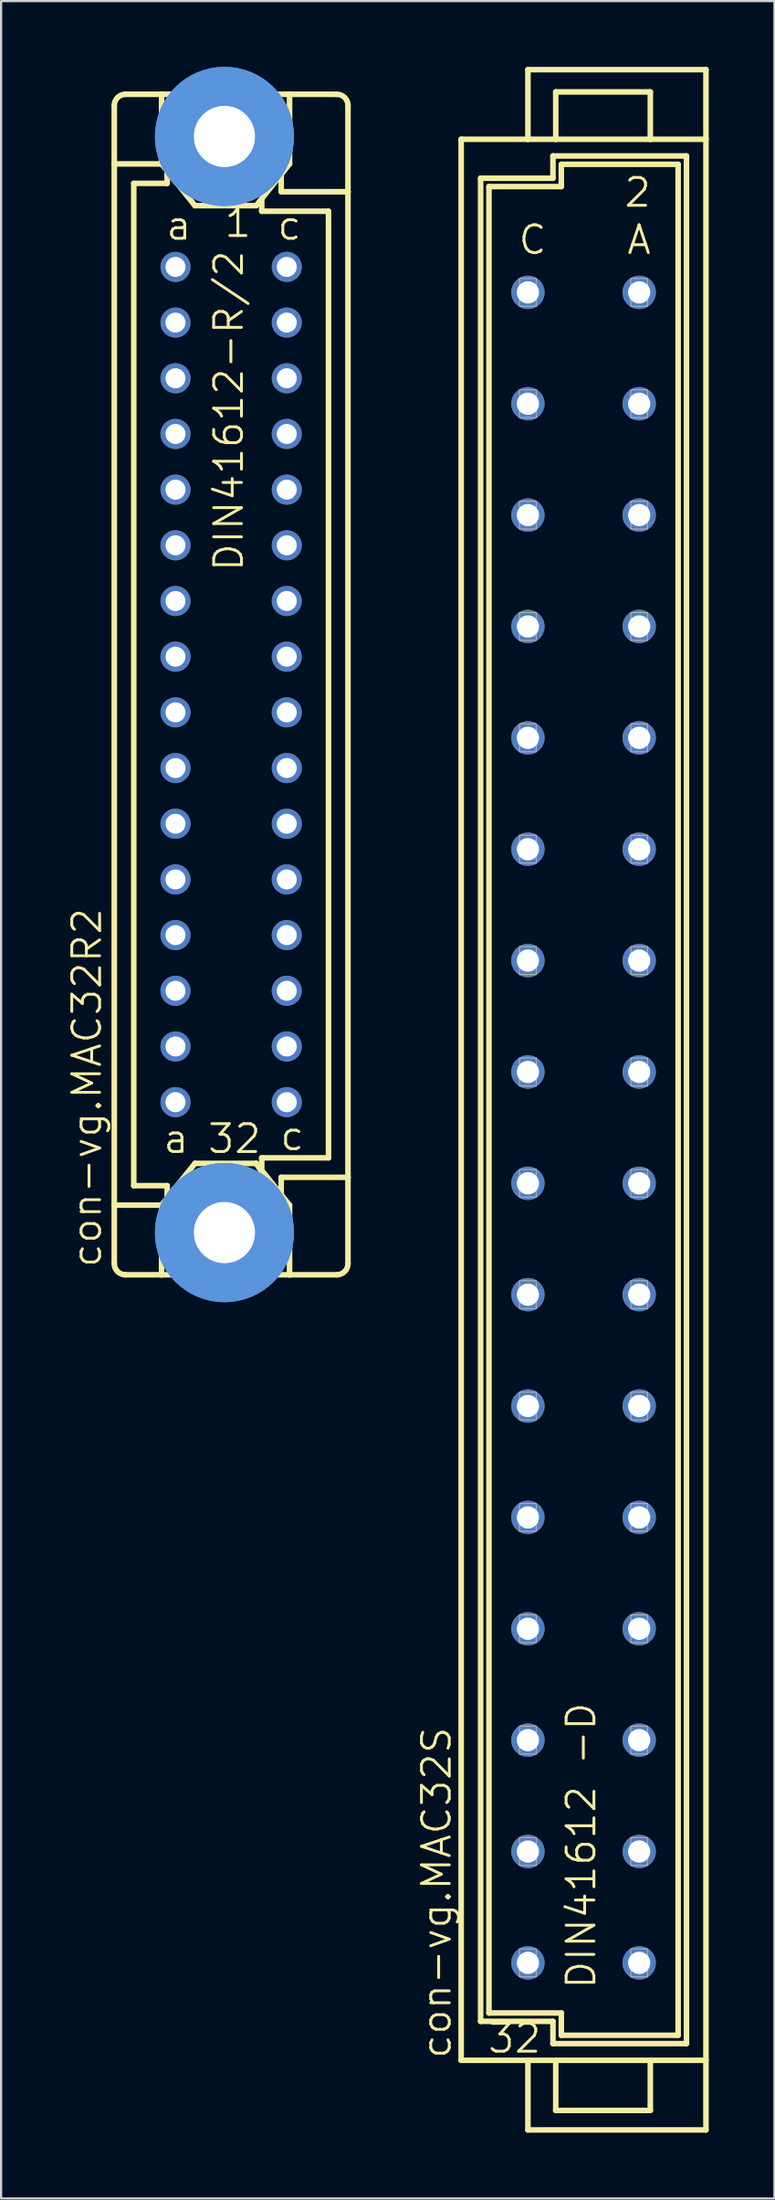
<source format=kicad_pcb>
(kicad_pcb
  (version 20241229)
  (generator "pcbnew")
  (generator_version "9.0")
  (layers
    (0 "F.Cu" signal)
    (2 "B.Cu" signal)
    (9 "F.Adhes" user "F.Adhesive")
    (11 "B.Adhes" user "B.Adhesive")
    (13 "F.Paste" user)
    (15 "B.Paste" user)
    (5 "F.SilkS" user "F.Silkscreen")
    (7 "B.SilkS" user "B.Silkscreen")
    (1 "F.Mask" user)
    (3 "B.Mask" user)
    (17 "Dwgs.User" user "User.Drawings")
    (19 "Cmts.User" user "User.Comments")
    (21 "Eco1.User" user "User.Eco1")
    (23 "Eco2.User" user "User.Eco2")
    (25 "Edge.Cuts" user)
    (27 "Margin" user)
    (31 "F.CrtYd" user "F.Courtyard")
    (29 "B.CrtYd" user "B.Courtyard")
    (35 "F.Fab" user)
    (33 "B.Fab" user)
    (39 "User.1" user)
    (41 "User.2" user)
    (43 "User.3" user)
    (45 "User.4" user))
  (footprint "con-vg.MAC32S"
    (layer "F.Cu")
    (at 23.592 47.117)
    (property "Reference" "con-vg.MAC32S" (at -5.969 43.815 90) (layer "F.SilkS") (effects (font (size 1.27 1.27) (thickness 0.13)) (justify left bottom)))
    (attr through_hole)
    (fp_line (start -5.588 -43.815) (end -2.54 -43.815) (stroke (width 0.254) (type default)) (layer "F.SilkS"))
    (fp_line (start -5.588 43.815) (end -5.588 -43.815) (stroke (width 0.254) (type default)) (layer "F.SilkS"))
    (fp_line (start -5.588 43.815) (end -2.54 43.815) (stroke (width 0.254) (type default)) (layer "F.SilkS"))
    (fp_line (start -4.699 -42.037) (end -4.699 42.037) (stroke (width 0.254) (type default)) (layer "F.SilkS"))
    (fp_line (start -4.699 42.037) (end -1.397 42.037) (stroke (width 0.254) (type default)) (layer "F.SilkS"))
    (fp_line (start -4.318 -41.656) (end -4.318 41.656) (stroke (width 0.254) (type default)) (layer "F.SilkS"))
    (fp_line (start -4.318 -41.656) (end -1.016 -41.656) (stroke (width 0.254) (type default)) (layer "F.SilkS"))
    (fp_line (start -4.318 41.656) (end -1.016 41.656) (stroke (width 0.254) (type default)) (layer "F.SilkS"))
    (fp_line (start -2.54 -46.99) (end -2.54 -43.815) (stroke (width 0.254) (type default)) (layer "F.SilkS"))
    (fp_line (start -2.54 -43.815) (end -1.27 -43.815) (stroke (width 0.254) (type default)) (layer "F.SilkS"))
    (fp_line (start -2.54 43.815) (end -2.54 46.99) (stroke (width 0.254) (type default)) (layer "F.SilkS"))
    (fp_line (start -2.54 43.815) (end -1.27 43.815) (stroke (width 0.254) (type default)) (layer "F.SilkS"))
    (fp_line (start -2.54 46.99) (end 5.588 46.99) (stroke (width 0.254) (type default)) (layer "F.SilkS"))
    (fp_line (start -1.397 -43.053) (end -1.397 -42.037) (stroke (width 0.254) (type default)) (layer "F.SilkS"))
    (fp_line (start -1.397 -42.037) (end -4.699 -42.037) (stroke (width 0.254) (type default)) (layer "F.SilkS"))
    (fp_line (start -1.397 42.037) (end -1.397 43.053) (stroke (width 0.254) (type default)) (layer "F.SilkS"))
    (fp_line (start -1.397 43.053) (end 4.699 43.053) (stroke (width 0.254) (type default)) (layer "F.SilkS"))
    (fp_line (start -1.27 -45.974) (end -1.27 -43.815) (stroke (width 0.254) (type default)) (layer "F.SilkS"))
    (fp_line (start -1.27 -45.974) (end 3.048 -45.974) (stroke (width 0.254) (type default)) (layer "F.SilkS"))
    (fp_line (start -1.27 -43.815) (end 3.048 -43.815) (stroke (width 0.254) (type default)) (layer "F.SilkS"))
    (fp_line (start -1.27 43.815) (end -1.27 46.101) (stroke (width 0.254) (type default)) (layer "F.SilkS"))
    (fp_line (start -1.27 43.815) (end 3.048 43.815) (stroke (width 0.254) (type default)) (layer "F.SilkS"))
    (fp_line (start -1.27 46.101) (end 3.048 46.101) (stroke (width 0.254) (type default)) (layer "F.SilkS"))
    (fp_line (start -1.016 -42.672) (end 4.318 -42.672) (stroke (width 0.254) (type default)) (layer "F.SilkS"))
    (fp_line (start -1.016 -41.656) (end -1.016 -42.672) (stroke (width 0.254) (type default)) (layer "F.SilkS"))
    (fp_line (start -1.016 41.656) (end -1.016 42.672) (stroke (width 0.254) (type default)) (layer "F.SilkS"))
    (fp_line (start -1.016 42.672) (end 4.318 42.672) (stroke (width 0.254) (type default)) (layer "F.SilkS"))
    (fp_line (start 3.048 -45.974) (end 3.048 -43.815) (stroke (width 0.254) (type default)) (layer "F.SilkS"))
    (fp_line (start 3.048 -43.815) (end 5.588 -43.815) (stroke (width 0.254) (type default)) (layer "F.SilkS"))
    (fp_line (start 3.048 43.815) (end 3.048 46.101) (stroke (width 0.254) (type default)) (layer "F.SilkS"))
    (fp_line (start 3.048 43.815) (end 5.588 43.815) (stroke (width 0.254) (type default)) (layer "F.SilkS"))
    (fp_line (start 4.318 -42.672) (end 4.318 42.672) (stroke (width 0.254) (type default)) (layer "F.SilkS"))
    (fp_line (start 4.699 -43.053) (end -1.397 -43.053) (stroke (width 0.254) (type default)) (layer "F.SilkS"))
    (fp_line (start 4.699 43.053) (end 4.699 -43.053) (stroke (width 0.254) (type default)) (layer "F.SilkS"))
    (fp_line (start 5.588 -46.99) (end -2.54 -46.99) (stroke (width 0.254) (type default)) (layer "F.SilkS"))
    (fp_line (start 5.588 -43.815) (end 5.588 -46.99) (stroke (width 0.254) (type default)) (layer "F.SilkS"))
    (fp_line (start 5.588 43.815) (end 5.588 -43.815) (stroke (width 0.254) (type default)) (layer "F.SilkS"))
    (fp_line (start 5.588 46.99) (end 5.588 43.815) (stroke (width 0.254) (type default)) (layer "F.SilkS"))
    (fp_rect (start -2.921 -36.195) (end -2.159 -37.465) (stroke (width 0.05) (type default)) (fill no) (layer "F.Fab"))
    (fp_rect (start -2.921 -31.115) (end -2.159 -32.385) (stroke (width 0.05) (type default)) (fill no) (layer "F.Fab"))
    (fp_rect (start -2.921 -26.035) (end -2.159 -27.305) (stroke (width 0.05) (type default)) (fill no) (layer "F.Fab"))
    (fp_rect (start -2.921 -20.955) (end -2.159 -22.225) (stroke (width 0.05) (type default)) (fill no) (layer "F.Fab"))
    (fp_rect (start -2.921 -15.875) (end -2.159 -17.145) (stroke (width 0.05) (type default)) (fill no) (layer "F.Fab"))
    (fp_rect (start -2.921 -10.795) (end -2.159 -12.065) (stroke (width 0.05) (type default)) (fill no) (layer "F.Fab"))
    (fp_rect (start -2.921 -5.715) (end -2.159 -6.985) (stroke (width 0.05) (type default)) (fill no) (layer "F.Fab"))
    (fp_rect (start -2.921 -0.635) (end -2.159 -1.905) (stroke (width 0.05) (type default)) (fill no) (layer "F.Fab"))
    (fp_rect (start -2.921 4.445) (end -2.159 3.175) (stroke (width 0.05) (type default)) (fill no) (layer "F.Fab"))
    (fp_rect (start -2.921 9.525) (end -2.159 8.255) (stroke (width 0.05) (type default)) (fill no) (layer "F.Fab"))
    (fp_rect (start -2.921 14.605) (end -2.159 13.335) (stroke (width 0.05) (type default)) (fill no) (layer "F.Fab"))
    (fp_rect (start -2.921 19.685) (end -2.159 18.415) (stroke (width 0.05) (type default)) (fill no) (layer "F.Fab"))
    (fp_rect (start -2.921 24.765) (end -2.159 23.495) (stroke (width 0.05) (type default)) (fill no) (layer "F.Fab"))
    (fp_rect (start -2.921 29.845) (end -2.159 28.575) (stroke (width 0.05) (type default)) (fill no) (layer "F.Fab"))
    (fp_rect (start -2.921 34.925) (end -2.159 33.655) (stroke (width 0.05) (type default)) (fill no) (layer "F.Fab"))
    (fp_rect (start -2.921 40.005) (end -2.159 38.735) (stroke (width 0.05) (type default)) (fill no) (layer "F.Fab"))
    (fp_rect (start 2.159 -36.195) (end 2.921 -37.465) (stroke (width 0.05) (type default)) (fill no) (layer "F.Fab"))
    (fp_rect (start 2.159 -31.115) (end 2.921 -32.385) (stroke (width 0.05) (type default)) (fill no) (layer "F.Fab"))
    (fp_rect (start 2.159 -26.035) (end 2.921 -27.305) (stroke (width 0.05) (type default)) (fill no) (layer "F.Fab"))
    (fp_rect (start 2.159 -20.955) (end 2.921 -22.225) (stroke (width 0.05) (type default)) (fill no) (layer "F.Fab"))
    (fp_rect (start 2.159 -15.875) (end 2.921 -17.145) (stroke (width 0.05) (type default)) (fill no) (layer "F.Fab"))
    (fp_rect (start 2.159 -10.795) (end 2.921 -12.065) (stroke (width 0.05) (type default)) (fill no) (layer "F.Fab"))
    (fp_rect (start 2.159 -5.715) (end 2.921 -6.985) (stroke (width 0.05) (type default)) (fill no) (layer "F.Fab"))
    (fp_rect (start 2.159 -0.635) (end 2.921 -1.905) (stroke (width 0.05) (type default)) (fill no) (layer "F.Fab"))
    (fp_rect (start 2.159 4.445) (end 2.921 3.175) (stroke (width 0.05) (type default)) (fill no) (layer "F.Fab"))
    (fp_rect (start 2.159 9.525) (end 2.921 8.255) (stroke (width 0.05) (type default)) (fill no) (layer "F.Fab"))
    (fp_rect (start 2.159 14.605) (end 2.921 13.335) (stroke (width 0.05) (type default)) (fill no) (layer "F.Fab"))
    (fp_rect (start 2.159 19.685) (end 2.921 18.415) (stroke (width 0.05) (type default)) (fill no) (layer "F.Fab"))
    (fp_rect (start 2.159 24.765) (end 2.921 23.495) (stroke (width 0.05) (type default)) (fill no) (layer "F.Fab"))
    (fp_rect (start 2.159 29.845) (end 2.921 28.575) (stroke (width 0.05) (type default)) (fill no) (layer "F.Fab"))
    (fp_rect (start 2.159 34.925) (end 2.921 33.655) (stroke (width 0.05) (type default)) (fill no) (layer "F.Fab"))
    (fp_rect (start 2.159 40.005) (end 2.921 38.735) (stroke (width 0.05) (type default)) (fill no) (layer "F.Fab"))
    (fp_text user "32" (at -4.445 43.561 0) (layer "F.SilkS") (effects (font (size 1.27 1.27) (thickness 0.13)) (justify left bottom)))
    (fp_text user "C" (at -3.048 -38.481 0) (layer "F.SilkS") (effects (font (size 1.27 1.27) (thickness 0.13)) (justify left bottom)))
    (fp_text user "2" (at 1.778 -40.64 0) (layer "F.SilkS") (effects (font (size 1.27 1.27) (thickness 0.13)) (justify left bottom)))
    (fp_text user "A" (at 1.905 -38.481 0) (layer "F.SilkS") (effects (font (size 1.27 1.27) (thickness 0.13)) (justify left bottom)))
    (fp_text user "DIN41612 -D" (at 0.635 40.64 90) (layer "F.SilkS") (effects (font (size 1.27 1.27) (thickness 0.13)) (justify left bottom)))
    (pad "A2" thru_hole circle (at 2.54 -36.83) (size 1.524 1.524) (drill 1.016) (layers "*.Cu" "*.Mask"))
    (pad "A4" thru_hole circle (at 2.54 -31.75) (size 1.524 1.524) (drill 1.016) (layers "*.Cu" "*.Mask"))
    (pad "A6" thru_hole circle (at 2.54 -26.67) (size 1.524 1.524) (drill 1.016) (layers "*.Cu" "*.Mask"))
    (pad "A8" thru_hole circle (at 2.54 -21.59) (size 1.524 1.524) (drill 1.016) (layers "*.Cu" "*.Mask"))
    (pad "A10" thru_hole circle (at 2.54 -16.51) (size 1.524 1.524) (drill 1.016) (layers "*.Cu" "*.Mask"))
    (pad "A12" thru_hole circle (at 2.54 -11.43) (size 1.524 1.524) (drill 1.016) (layers "*.Cu" "*.Mask"))
    (pad "A14" thru_hole circle (at 2.54 -6.35) (size 1.524 1.524) (drill 1.016) (layers "*.Cu" "*.Mask"))
    (pad "A16" thru_hole circle (at 2.54 -1.27) (size 1.524 1.524) (drill 1.016) (layers "*.Cu" "*.Mask"))
    (pad "A18" thru_hole circle (at 2.54 3.81) (size 1.524 1.524) (drill 1.016) (layers "*.Cu" "*.Mask"))
    (pad "A20" thru_hole circle (at 2.54 8.89) (size 1.524 1.524) (drill 1.016) (layers "*.Cu" "*.Mask"))
    (pad "A22" thru_hole circle (at 2.54 13.97) (size 1.524 1.524) (drill 1.016) (layers "*.Cu" "*.Mask"))
    (pad "A24" thru_hole circle (at 2.54 19.05) (size 1.524 1.524) (drill 1.016) (layers "*.Cu" "*.Mask"))
    (pad "A26" thru_hole circle (at 2.54 24.13) (size 1.524 1.524) (drill 1.016) (layers "*.Cu" "*.Mask"))
    (pad "A28" thru_hole circle (at 2.54 29.21) (size 1.524 1.524) (drill 1.016) (layers "*.Cu" "*.Mask"))
    (pad "A30" thru_hole circle (at 2.54 34.29) (size 1.524 1.524) (drill 1.016) (layers "*.Cu" "*.Mask"))
    (pad "A32" thru_hole circle (at 2.54 39.37) (size 1.524 1.524) (drill 1.016) (layers "*.Cu" "*.Mask"))
    (pad "C2" thru_hole circle (at -2.54 -36.83) (size 1.524 1.524) (drill 1.016) (layers "*.Cu" "*.Mask"))
    (pad "C4" thru_hole circle (at -2.54 -31.75) (size 1.524 1.524) (drill 1.016) (layers "*.Cu" "*.Mask"))
    (pad "C6" thru_hole circle (at -2.54 -26.67) (size 1.524 1.524) (drill 1.016) (layers "*.Cu" "*.Mask"))
    (pad "C8" thru_hole circle (at -2.54 -21.59) (size 1.524 1.524) (drill 1.016) (layers "*.Cu" "*.Mask"))
    (pad "C10" thru_hole circle (at -2.54 -16.51) (size 1.524 1.524) (drill 1.016) (layers "*.Cu" "*.Mask"))
    (pad "C12" thru_hole circle (at -2.54 -11.43) (size 1.524 1.524) (drill 1.016) (layers "*.Cu" "*.Mask"))
    (pad "C14" thru_hole circle (at -2.54 -6.35) (size 1.524 1.524) (drill 1.016) (layers "*.Cu" "*.Mask"))
    (pad "C16" thru_hole circle (at -2.54 -1.27) (size 1.524 1.524) (drill 1.016) (layers "*.Cu" "*.Mask"))
    (pad "C18" thru_hole circle (at -2.54 3.81) (size 1.524 1.524) (drill 1.016) (layers "*.Cu" "*.Mask"))
    (pad "C20" thru_hole circle (at -2.54 8.89) (size 1.524 1.524) (drill 1.016) (layers "*.Cu" "*.Mask"))
    (pad "C22" thru_hole circle (at -2.54 13.97) (size 1.524 1.524) (drill 1.016) (layers "*.Cu" "*.Mask"))
    (pad "C24" thru_hole circle (at -2.54 19.05) (size 1.524 1.524) (drill 1.016) (layers "*.Cu" "*.Mask"))
    (pad "C26" thru_hole circle (at -2.54 24.13) (size 1.524 1.524) (drill 1.016) (layers "*.Cu" "*.Mask"))
    (pad "C28" thru_hole circle (at -2.54 29.21) (size 1.524 1.524) (drill 1.016) (layers "*.Cu" "*.Mask"))
    (pad "C30" thru_hole circle (at -2.54 34.29) (size 1.524 1.524) (drill 1.016) (layers "*.Cu" "*.Mask"))
    (pad "C32" thru_hole circle (at -2.54 39.37) (size 1.524 1.524) (drill 1.016) (layers "*.Cu" "*.Mask")))
  (footprint "con-vg.MAC32R2"
    (layer "F.Cu")
    (at 7.502 28.175)
    (property "Reference" "con-vg.MAC32R2" (at -5.842 26.67 90) (layer "F.SilkS") (effects (font (size 1.27 1.27) (thickness 0.13)) (justify left bottom)))
    (attr through_hole)
    (fp_line (start -5.334 -23.749) (end -5.334 -26.416) (stroke (width 0.254) (type default)) (layer "F.SilkS"))
    (fp_line (start -5.334 -23.749) (end -3.175 -23.749) (stroke (width 0.254) (type default)) (layer "F.SilkS"))
    (fp_line (start -5.334 23.749) (end -5.334 -23.749) (stroke (width 0.254) (type default)) (layer "F.SilkS"))
    (fp_line (start -5.334 23.749) (end -3.175 23.749) (stroke (width 0.254) (type default)) (layer "F.SilkS"))
    (fp_line (start -5.334 26.416) (end -5.334 23.749) (stroke (width 0.254) (type default)) (layer "F.SilkS"))
    (fp_line (start -4.826 -26.924) (end -3.175 -26.924) (stroke (width 0.254) (type default)) (layer "F.SilkS"))
    (fp_line (start -4.826 26.924) (end -3.175 26.924) (stroke (width 0.254) (type default)) (layer "F.SilkS"))
    (fp_line (start -4.445 -22.86) (end -4.445 22.86) (stroke (width 0.254) (type default)) (layer "F.SilkS"))
    (fp_line (start -4.445 22.86) (end -2.921 22.86) (stroke (width 0.254) (type default)) (layer "F.SilkS"))
    (fp_line (start -3.175 -26.924) (end -3.175 -23.749) (stroke (width 0.254) (type default)) (layer "F.SilkS"))
    (fp_line (start -3.175 26.924) (end -3.175 23.749) (stroke (width 0.254) (type default)) (layer "F.SilkS"))
    (fp_line (start -3.175 26.924) (end 2.667 26.924) (stroke (width 0.254) (type default)) (layer "F.SilkS"))
    (fp_line (start -2.921 -23.368) (end -2.921 -22.86) (stroke (width 0.254) (type default)) (layer "F.SilkS"))
    (fp_line (start -2.921 -22.86) (end -4.445 -22.86) (stroke (width 0.254) (type default)) (layer "F.SilkS"))
    (fp_line (start -2.921 22.86) (end -2.921 23.368) (stroke (width 0.254) (type default)) (layer "F.SilkS"))
    (fp_line (start -1.651 -21.844) (end -3.175 -23.749) (stroke (width 0.254) (type default)) (layer "F.SilkS"))
    (fp_line (start -1.651 21.844) (end -3.175 23.749) (stroke (width 0.254) (type default)) (layer "F.SilkS"))
    (fp_line (start -1.651 21.844) (end 1.143 21.844) (stroke (width 0.254) (type default)) (layer "F.SilkS"))
    (fp_line (start 1.143 -21.844) (end -1.651 -21.844) (stroke (width 0.254) (type default)) (layer "F.SilkS"))
    (fp_line (start 1.143 -21.844) (end 2.667 -23.749) (stroke (width 0.254) (type default)) (layer "F.SilkS"))
    (fp_line (start 1.143 21.844) (end 1.397 22.225) (stroke (width 0.254) (type default)) (layer "F.SilkS"))
    (fp_line (start 1.143 21.844) (end 2.667 23.749) (stroke (width 0.254) (type default)) (layer "F.SilkS"))
    (fp_line (start 1.397 -21.59) (end 1.397 -22.098) (stroke (width 0.254) (type default)) (layer "F.SilkS"))
    (fp_line (start 1.397 21.59) (end 4.445 21.59) (stroke (width 0.254) (type default)) (layer "F.SilkS"))
    (fp_line (start 1.397 22.225) (end 1.397 21.59) (stroke (width 0.254) (type default)) (layer "F.SilkS"))
    (fp_line (start 2.286 -22.479) (end 2.286 -23.241) (stroke (width 0.254) (type default)) (layer "F.SilkS"))
    (fp_line (start 2.286 22.479) (end 2.286 23.241) (stroke (width 0.254) (type default)) (layer "F.SilkS"))
    (fp_line (start 2.286 22.479) (end 5.334 22.479) (stroke (width 0.254) (type default)) (layer "F.SilkS"))
    (fp_line (start 2.667 -26.924) (end -3.175 -26.924) (stroke (width 0.254) (type default)) (layer "F.SilkS"))
    (fp_line (start 2.667 -26.924) (end 2.667 -23.749) (stroke (width 0.254) (type default)) (layer "F.SilkS"))
    (fp_line (start 2.667 26.924) (end 2.667 23.749) (stroke (width 0.254) (type default)) (layer "F.SilkS"))
    (fp_line (start 2.667 26.924) (end 4.826 26.924) (stroke (width 0.254) (type default)) (layer "F.SilkS"))
    (fp_line (start 4.445 -21.59) (end 1.397 -21.59) (stroke (width 0.254) (type default)) (layer "F.SilkS"))
    (fp_line (start 4.445 21.59) (end 4.445 -21.59) (stroke (width 0.254) (type default)) (layer "F.SilkS"))
    (fp_line (start 4.826 -26.924) (end 2.667 -26.924) (stroke (width 0.254) (type default)) (layer "F.SilkS"))
    (fp_line (start 5.334 -22.479) (end 2.286 -22.479) (stroke (width 0.254) (type default)) (layer "F.SilkS"))
    (fp_line (start 5.334 -22.479) (end 5.334 -26.416) (stroke (width 0.254) (type default)) (layer "F.SilkS"))
    (fp_line (start 5.334 22.479) (end 5.334 -22.479) (stroke (width 0.254) (type default)) (layer "F.SilkS"))
    (fp_line (start 5.334 26.416) (end 5.334 22.479) (stroke (width 0.254) (type default)) (layer "F.SilkS"))
    (fp_arc (start -5.334 -26.416) (mid -5.18521 -26.77521) (end -4.826 -26.924) (stroke (width 0.254) (type default)) (layer "F.SilkS"))
    (fp_arc (start -4.826 26.924) (mid -5.18521 26.77521) (end -5.334 26.416) (stroke (width 0.254) (type default)) (layer "F.SilkS"))
    (fp_arc (start 4.826 -26.924) (mid 5.18521 -26.77521) (end 5.334 -26.416) (stroke (width 0.254) (type default)) (layer "F.SilkS"))
    (fp_arc (start 5.334 26.416) (mid 5.18521 26.77521) (end 4.826 26.924) (stroke (width 0.254) (type default)) (layer "F.SilkS"))
    (fp_circle (center -0.305 -25) (end 0.965 -25) (stroke (width 0.254) (type default)) (fill no) (layer "F.SilkS"))
    (fp_circle (center -0.305 25) (end 0.965 25) (stroke (width 0.254) (type default)) (fill no) (layer "F.SilkS"))
    (fp_circle (center -0.305 -25) (end 1.981 -25) (stroke (width 1.778) (type default)) (fill no) (layer "Cmts.User"))
    (fp_circle (center -0.305 -25) (end 1.981 -25) (stroke (width 1.778) (type default)) (fill no) (layer "Cmts.User"))
    (fp_circle (center -0.305 25) (end 1.981 25) (stroke (width 1.778) (type default)) (fill no) (layer "Cmts.User"))
    (fp_circle (center -0.305 25) (end 1.981 25) (stroke (width 1.778) (type default)) (fill no) (layer "Cmts.User"))
    (fp_text user "a " (at -3.175 21.463 0) (layer "F.SilkS") (effects (font (size 1.27 1.27) (thickness 0.13)) (justify left bottom)))
    (fp_text user "DIN41612-R/2" (at 0.635 -5.08 90) (layer "F.SilkS") (effects (font (size 1.27 1.27) (thickness 0.13)) (justify left bottom)))
    (fp_text user "c " (at 2.159 21.336 0) (layer "F.SilkS") (effects (font (size 1.27 1.27) (thickness 0.13)) (justify left bottom)))
    (fp_text user "1" (at -0.381 -20.32 0) (layer "F.SilkS") (effects (font (size 1.27 1.27) (thickness 0.13)) (justify left bottom)))
    (fp_text user "32" (at -1.143 21.463 0) (layer "F.SilkS") (effects (font (size 1.27 1.27) (thickness 0.13)) (justify left bottom)))
    (fp_text user "c" (at 2.032 -20.193 0) (layer "F.SilkS") (effects (font (size 1.27 1.27) (thickness 0.13)) (justify left bottom)))
    (fp_text user "a" (at -3.048 -20.193 0) (layer "F.SilkS") (effects (font (size 1.27 1.27) (thickness 0.13)) (justify left bottom)))
    (pad "" np_thru_hole circle (at -0.305 -25) (size 2.794 2.794) (drill 2.794) (layers "*.Cu" "*.Mask"))
    (pad "" np_thru_hole circle (at -0.305 25) (size 2.794 2.794) (drill 2.794) (layers "*.Cu" "*.Mask"))
    (pad "A1" thru_hole circle (at -2.54 -19.05) (size 1.372 1.372) (drill 0.914) (layers "*.Cu" "*.Mask"))
    (pad "A2" thru_hole circle (at -2.54 -16.51) (size 1.372 1.372) (drill 0.914) (layers "*.Cu" "*.Mask"))
    (pad "A3" thru_hole circle (at -2.54 -13.97) (size 1.372 1.372) (drill 0.914) (layers "*.Cu" "*.Mask"))
    (pad "A4" thru_hole circle (at -2.54 -11.43) (size 1.372 1.372) (drill 0.914) (layers "*.Cu" "*.Mask"))
    (pad "A5" thru_hole circle (at -2.54 -8.89) (size 1.372 1.372) (drill 0.914) (layers "*.Cu" "*.Mask"))
    (pad "A6" thru_hole circle (at -2.54 -6.35) (size 1.372 1.372) (drill 0.914) (layers "*.Cu" "*.Mask"))
    (pad "A7" thru_hole circle (at -2.54 -3.81) (size 1.372 1.372) (drill 0.914) (layers "*.Cu" "*.Mask"))
    (pad "A8" thru_hole circle (at -2.54 -1.27) (size 1.372 1.372) (drill 0.914) (layers "*.Cu" "*.Mask"))
    (pad "A9" thru_hole circle (at -2.54 1.27) (size 1.372 1.372) (drill 0.914) (layers "*.Cu" "*.Mask"))
    (pad "A10" thru_hole circle (at -2.54 3.81) (size 1.372 1.372) (drill 0.914) (layers "*.Cu" "*.Mask"))
    (pad "A11" thru_hole circle (at -2.54 6.35) (size 1.372 1.372) (drill 0.914) (layers "*.Cu" "*.Mask"))
    (pad "A12" thru_hole circle (at -2.54 8.89) (size 1.372 1.372) (drill 0.914) (layers "*.Cu" "*.Mask"))
    (pad "A13" thru_hole circle (at -2.54 11.43) (size 1.372 1.372) (drill 0.914) (layers "*.Cu" "*.Mask"))
    (pad "A14" thru_hole circle (at -2.54 13.97) (size 1.372 1.372) (drill 0.914) (layers "*.Cu" "*.Mask"))
    (pad "A15" thru_hole circle (at -2.54 16.51) (size 1.372 1.372) (drill 0.914) (layers "*.Cu" "*.Mask"))
    (pad "A16" thru_hole circle (at -2.54 19.05) (size 1.372 1.372) (drill 0.914) (layers "*.Cu" "*.Mask"))
    (pad "C1" thru_hole circle (at 2.54 -19.05) (size 1.372 1.372) (drill 0.914) (layers "*.Cu" "*.Mask"))
    (pad "C2" thru_hole circle (at 2.54 -16.51) (size 1.372 1.372) (drill 0.914) (layers "*.Cu" "*.Mask"))
    (pad "C3" thru_hole circle (at 2.54 -13.97) (size 1.372 1.372) (drill 0.914) (layers "*.Cu" "*.Mask"))
    (pad "C4" thru_hole circle (at 2.54 -11.43) (size 1.372 1.372) (drill 0.914) (layers "*.Cu" "*.Mask"))
    (pad "C5" thru_hole circle (at 2.54 -8.89) (size 1.372 1.372) (drill 0.914) (layers "*.Cu" "*.Mask"))
    (pad "C6" thru_hole circle (at 2.54 -6.35) (size 1.372 1.372) (drill 0.914) (layers "*.Cu" "*.Mask"))
    (pad "C7" thru_hole circle (at 2.54 -3.81) (size 1.372 1.372) (drill 0.914) (layers "*.Cu" "*.Mask"))
    (pad "C8" thru_hole circle (at 2.54 -1.27) (size 1.372 1.372) (drill 0.914) (layers "*.Cu" "*.Mask"))
    (pad "C9" thru_hole circle (at 2.54 1.27) (size 1.372 1.372) (drill 0.914) (layers "*.Cu" "*.Mask"))
    (pad "C10" thru_hole circle (at 2.54 3.81) (size 1.372 1.372) (drill 0.914) (layers "*.Cu" "*.Mask"))
    (pad "C11" thru_hole circle (at 2.54 6.35) (size 1.372 1.372) (drill 0.914) (layers "*.Cu" "*.Mask"))
    (pad "C12" thru_hole circle (at 2.54 8.89) (size 1.372 1.372) (drill 0.914) (layers "*.Cu" "*.Mask"))
    (pad "C13" thru_hole circle (at 2.54 11.43) (size 1.372 1.372) (drill 0.914) (layers "*.Cu" "*.Mask"))
    (pad "C14" thru_hole circle (at 2.54 13.97) (size 1.372 1.372) (drill 0.914) (layers "*.Cu" "*.Mask"))
    (pad "C15" thru_hole circle (at 2.54 16.51) (size 1.372 1.372) (drill 0.914) (layers "*.Cu" "*.Mask"))
    (pad "C16" thru_hole circle (at 2.54 19.05) (size 1.372 1.372) (drill 0.914) (layers "*.Cu" "*.Mask")))
  (gr_rect
    (start -3 -3)
    (end 32.307 97.234)
    (stroke (width 0.1) (type default))
    (fill no)
    (layer "Edge.Cuts")))
</source>
